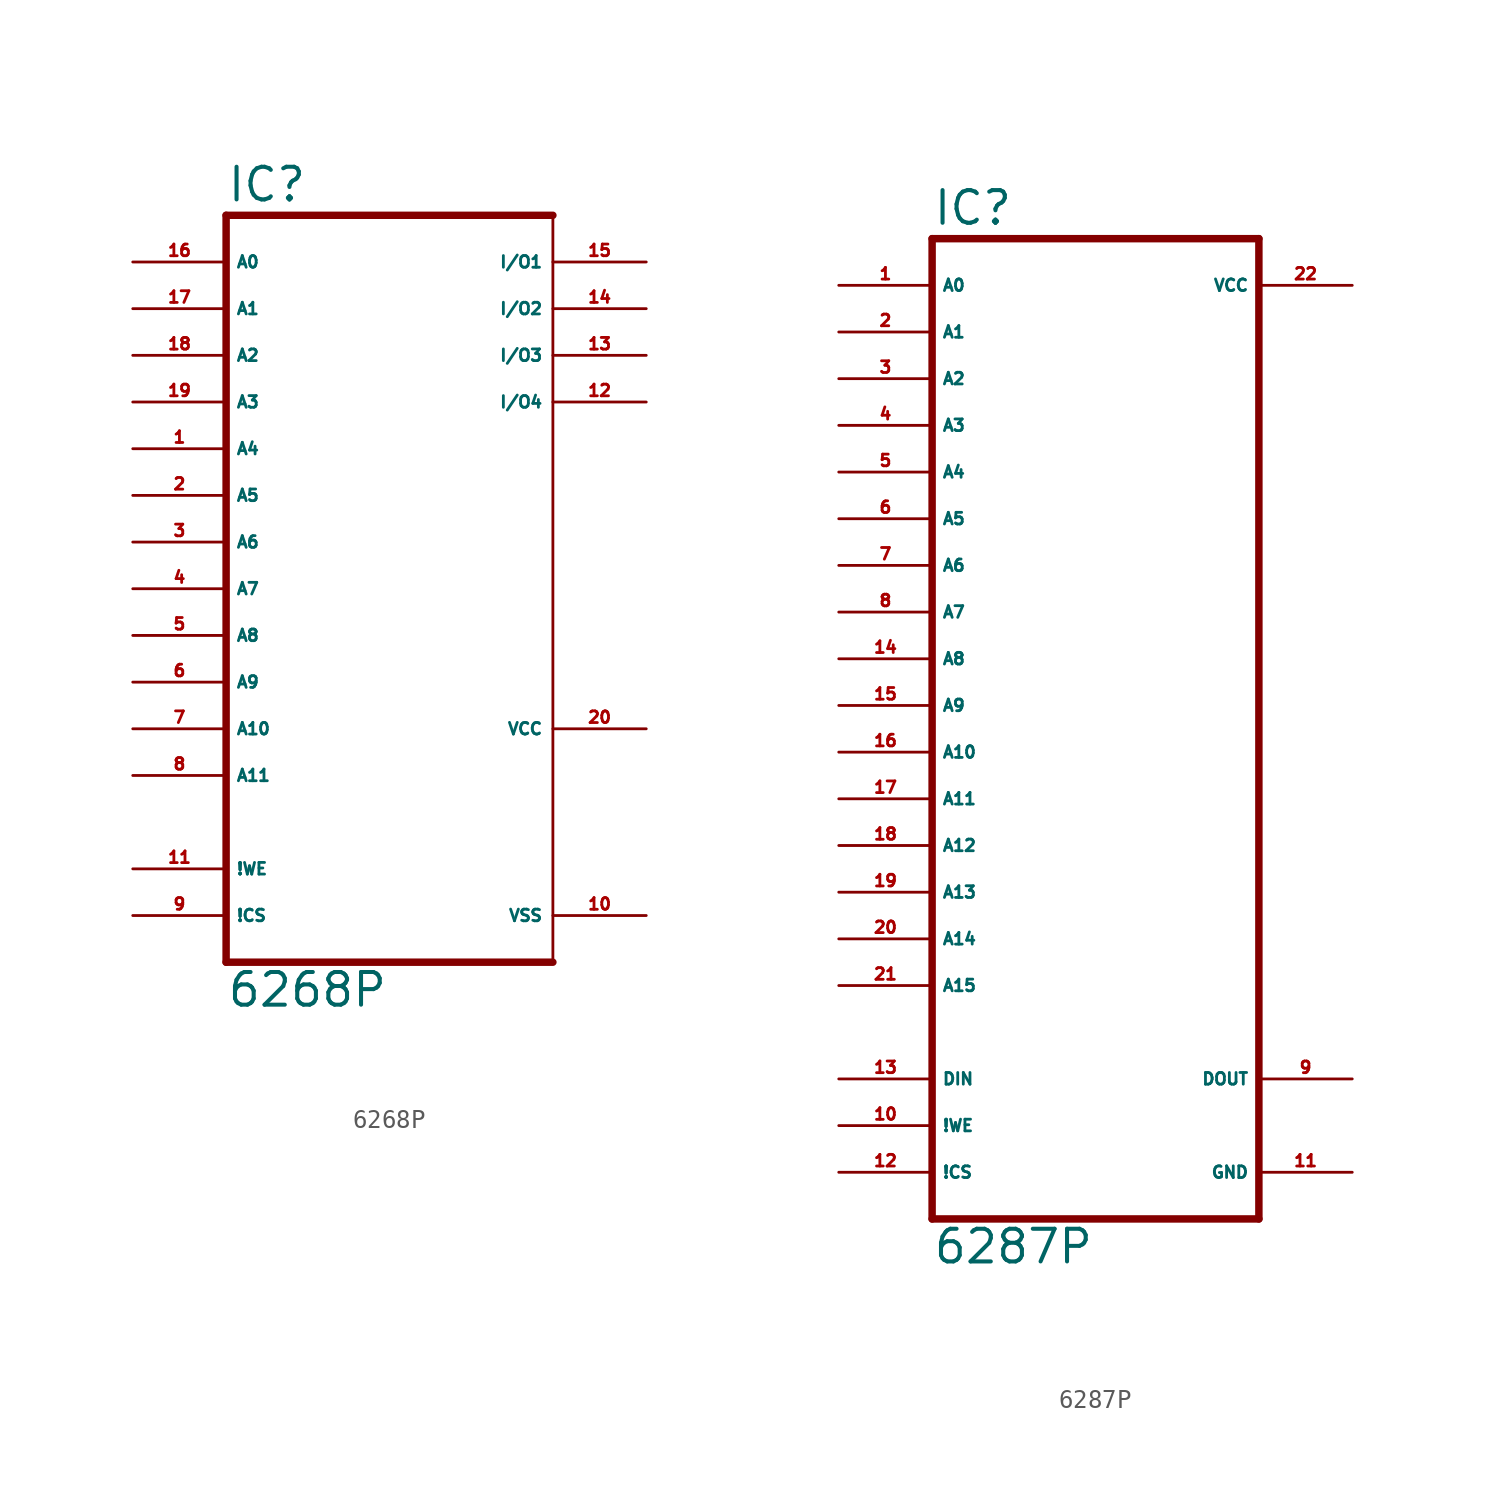
<source format=kicad_sym>
(kicad_symbol_lib
  (version 20220914)
  (generator Eagle2Kicad)
  (symbol "6268P"
    (property "Reference" "IC"
      (at -10.16 18.415 0)
      (effects (font (size 1.778 1.778) (thickness 0.22)) (justify left bottom)))
    (property "Value" "6268P"
      (at -10.16 -25.4 0)
      (effects (font (size 1.778 1.778) (thickness 0.22)) (justify left bottom)))
    (polyline
      (pts (xy -10.16 -22.86) (xy 7.62 -22.86))
      (stroke (width 0.406) (type default))
      (fill (type none)))
    (polyline
      (pts (xy 7.62 17.78) (xy 7.62 -22.86))
      (stroke (width 0.152) (type default))
      (fill (type none)))
    (polyline
      (pts (xy 7.62 17.78) (xy -10.16 17.78))
      (stroke (width 0.406) (type default))
      (fill (type none)))
    (polyline
      (pts (xy -10.16 -22.86) (xy -10.16 17.78))
      (stroke (width 0.406) (type default))
      (fill (type none)))
    (pin input line
      (at -15.24 15.24 0)
      (length 5.08)
      (name "A0" (effects (font (size 0.635 0.635) (thickness 0.08)) (justify left bottom)))
      (number "16" (effects (font (size 0.635 0.635) (thickness 0.08)) (justify left bottom))))
    (pin input line
      (at -15.24 12.7 0)
      (length 5.08)
      (name "A1" (effects (font (size 0.635 0.635) (thickness 0.08)) (justify left bottom)))
      (number "17" (effects (font (size 0.635 0.635) (thickness 0.08)) (justify left bottom))))
    (pin input line
      (at -15.24 10.16 0)
      (length 5.08)
      (name "A2" (effects (font (size 0.635 0.635) (thickness 0.08)) (justify left bottom)))
      (number "18" (effects (font (size 0.635 0.635) (thickness 0.08)) (justify left bottom))))
    (pin input line
      (at -15.24 7.62 0)
      (length 5.08)
      (name "A3" (effects (font (size 0.635 0.635) (thickness 0.08)) (justify left bottom)))
      (number "19" (effects (font (size 0.635 0.635) (thickness 0.08)) (justify left bottom))))
    (pin input line
      (at -15.24 5.08 0)
      (length 5.08)
      (name "A4" (effects (font (size 0.635 0.635) (thickness 0.08)) (justify left bottom)))
      (number "1" (effects (font (size 0.635 0.635) (thickness 0.08)) (justify left bottom))))
    (pin input line
      (at -15.24 2.54 0)
      (length 5.08)
      (name "A5" (effects (font (size 0.635 0.635) (thickness 0.08)) (justify left bottom)))
      (number "2" (effects (font (size 0.635 0.635) (thickness 0.08)) (justify left bottom))))
    (pin input line
      (at -15.24 0 0)
      (length 5.08)
      (name "A6" (effects (font (size 0.635 0.635) (thickness 0.08)) (justify left bottom)))
      (number "3" (effects (font (size 0.635 0.635) (thickness 0.08)) (justify left bottom))))
    (pin input line
      (at -15.24 -2.54 0)
      (length 5.08)
      (name "A7" (effects (font (size 0.635 0.635) (thickness 0.08)) (justify left bottom)))
      (number "4" (effects (font (size 0.635 0.635) (thickness 0.08)) (justify left bottom))))
    (pin input line
      (at -15.24 -5.08 0)
      (length 5.08)
      (name "A8" (effects (font (size 0.635 0.635) (thickness 0.08)) (justify left bottom)))
      (number "5" (effects (font (size 0.635 0.635) (thickness 0.08)) (justify left bottom))))
    (pin input line
      (at -15.24 -7.62 0)
      (length 5.08)
      (name "A9" (effects (font (size 0.635 0.635) (thickness 0.08)) (justify left bottom)))
      (number "6" (effects (font (size 0.635 0.635) (thickness 0.08)) (justify left bottom))))
    (pin input line
      (at -15.24 -10.16 0)
      (length 5.08)
      (name "A10" (effects (font (size 0.635 0.635) (thickness 0.08)) (justify left bottom)))
      (number "7" (effects (font (size 0.635 0.635) (thickness 0.08)) (justify left bottom))))
    (pin input line
      (at -15.24 -12.7 0)
      (length 5.08)
      (name "A11" (effects (font (size 0.635 0.635) (thickness 0.08)) (justify left bottom)))
      (number "8" (effects (font (size 0.635 0.635) (thickness 0.08)) (justify left bottom))))
    (pin input line
      (at -15.24 -17.78 0)
      (length 5.08)
      (name "!WE" (effects (font (size 0.635 0.635) (thickness 0.08)) (justify left bottom)))
      (number "11" (effects (font (size 0.635 0.635) (thickness 0.08)) (justify left bottom))))
    (pin input line
      (at -15.24 -20.32 0)
      (length 5.08)
      (name "!CS" (effects (font (size 0.635 0.635) (thickness 0.08)) (justify left bottom)))
      (number "9" (effects (font (size 0.635 0.635) (thickness 0.08)) (justify left bottom))))
    (pin bidirectional line
      (at 12.7 15.24 180)
      (length 5.08)
      (name "I/O1" (effects (font (size 0.635 0.635) (thickness 0.08)) (justify left bottom)))
      (number "15" (effects (font (size 0.635 0.635) (thickness 0.08)) (justify left bottom))))
    (pin bidirectional line
      (at 12.7 12.7 180)
      (length 5.08)
      (name "I/O2" (effects (font (size 0.635 0.635) (thickness 0.08)) (justify left bottom)))
      (number "14" (effects (font (size 0.635 0.635) (thickness 0.08)) (justify left bottom))))
    (pin bidirectional line
      (at 12.7 10.16 180)
      (length 5.08)
      (name "I/O3" (effects (font (size 0.635 0.635) (thickness 0.08)) (justify left bottom)))
      (number "13" (effects (font (size 0.635 0.635) (thickness 0.08)) (justify left bottom))))
    (pin bidirectional line
      (at 12.7 7.62 180)
      (length 5.08)
      (name "I/O4" (effects (font (size 0.635 0.635) (thickness 0.08)) (justify left bottom)))
      (number "12" (effects (font (size 0.635 0.635) (thickness 0.08)) (justify left bottom))))
    (pin unspecified line
      (at 12.7 -20.32 180)
      (length 5.08)
      (name "VSS" (effects (font (size 0.635 0.635) (thickness 0.08)) (justify left bottom)))
      (number "10" (effects (font (size 0.635 0.635) (thickness 0.08)) (justify left bottom))))
    (pin unspecified line
      (at 12.7 -10.16 180)
      (length 5.08)
      (name "VCC" (effects (font (size 0.635 0.635) (thickness 0.08)) (justify left bottom)))
      (number "20" (effects (font (size 0.635 0.635) (thickness 0.08)) (justify left bottom)))))
  (symbol "6287P"
    (property "Reference" "IC"
      (at -10.16 26.035 0)
      (effects (font (size 1.778 1.778) (thickness 0.22)) (justify left bottom)))
    (property "Value" "6287P"
      (at -10.16 -30.48 0)
      (effects (font (size 1.778 1.778) (thickness 0.22)) (justify left bottom)))
    (polyline
      (pts (xy -10.16 -27.94) (xy 7.62 -27.94))
      (stroke (width 0.406) (type default))
      (fill (type none)))
    (polyline
      (pts (xy 7.62 25.4) (xy 7.62 -27.94))
      (stroke (width 0.406) (type default))
      (fill (type none)))
    (polyline
      (pts (xy 7.62 25.4) (xy -10.16 25.4))
      (stroke (width 0.406) (type default))
      (fill (type none)))
    (polyline
      (pts (xy -10.16 -27.94) (xy -10.16 25.4))
      (stroke (width 0.406) (type default))
      (fill (type none)))
    (pin input line
      (at -15.24 22.86 0)
      (length 5.08)
      (name "A0" (effects (font (size 0.635 0.635) (thickness 0.08)) (justify left bottom)))
      (number "1" (effects (font (size 0.635 0.635) (thickness 0.08)) (justify left bottom))))
    (pin input line
      (at -15.24 20.32 0)
      (length 5.08)
      (name "A1" (effects (font (size 0.635 0.635) (thickness 0.08)) (justify left bottom)))
      (number "2" (effects (font (size 0.635 0.635) (thickness 0.08)) (justify left bottom))))
    (pin input line
      (at -15.24 17.78 0)
      (length 5.08)
      (name "A2" (effects (font (size 0.635 0.635) (thickness 0.08)) (justify left bottom)))
      (number "3" (effects (font (size 0.635 0.635) (thickness 0.08)) (justify left bottom))))
    (pin input line
      (at -15.24 15.24 0)
      (length 5.08)
      (name "A3" (effects (font (size 0.635 0.635) (thickness 0.08)) (justify left bottom)))
      (number "4" (effects (font (size 0.635 0.635) (thickness 0.08)) (justify left bottom))))
    (pin input line
      (at -15.24 12.7 0)
      (length 5.08)
      (name "A4" (effects (font (size 0.635 0.635) (thickness 0.08)) (justify left bottom)))
      (number "5" (effects (font (size 0.635 0.635) (thickness 0.08)) (justify left bottom))))
    (pin input line
      (at -15.24 10.16 0)
      (length 5.08)
      (name "A5" (effects (font (size 0.635 0.635) (thickness 0.08)) (justify left bottom)))
      (number "6" (effects (font (size 0.635 0.635) (thickness 0.08)) (justify left bottom))))
    (pin input line
      (at -15.24 7.62 0)
      (length 5.08)
      (name "A6" (effects (font (size 0.635 0.635) (thickness 0.08)) (justify left bottom)))
      (number "7" (effects (font (size 0.635 0.635) (thickness 0.08)) (justify left bottom))))
    (pin input line
      (at -15.24 5.08 0)
      (length 5.08)
      (name "A7" (effects (font (size 0.635 0.635) (thickness 0.08)) (justify left bottom)))
      (number "8" (effects (font (size 0.635 0.635) (thickness 0.08)) (justify left bottom))))
    (pin input line
      (at -15.24 2.54 0)
      (length 5.08)
      (name "A8" (effects (font (size 0.635 0.635) (thickness 0.08)) (justify left bottom)))
      (number "14" (effects (font (size 0.635 0.635) (thickness 0.08)) (justify left bottom))))
    (pin input line
      (at -15.24 0 0)
      (length 5.08)
      (name "A9" (effects (font (size 0.635 0.635) (thickness 0.08)) (justify left bottom)))
      (number "15" (effects (font (size 0.635 0.635) (thickness 0.08)) (justify left bottom))))
    (pin input line
      (at -15.24 -2.54 0)
      (length 5.08)
      (name "A10" (effects (font (size 0.635 0.635) (thickness 0.08)) (justify left bottom)))
      (number "16" (effects (font (size 0.635 0.635) (thickness 0.08)) (justify left bottom))))
    (pin input line
      (at -15.24 -5.08 0)
      (length 5.08)
      (name "A11" (effects (font (size 0.635 0.635) (thickness 0.08)) (justify left bottom)))
      (number "17" (effects (font (size 0.635 0.635) (thickness 0.08)) (justify left bottom))))
    (pin input line
      (at -15.24 -7.62 0)
      (length 5.08)
      (name "A12" (effects (font (size 0.635 0.635) (thickness 0.08)) (justify left bottom)))
      (number "18" (effects (font (size 0.635 0.635) (thickness 0.08)) (justify left bottom))))
    (pin input line
      (at -15.24 -10.16 0)
      (length 5.08)
      (name "A13" (effects (font (size 0.635 0.635) (thickness 0.08)) (justify left bottom)))
      (number "19" (effects (font (size 0.635 0.635) (thickness 0.08)) (justify left bottom))))
    (pin input line
      (at -15.24 -12.7 0)
      (length 5.08)
      (name "A14" (effects (font (size 0.635 0.635) (thickness 0.08)) (justify left bottom)))
      (number "20" (effects (font (size 0.635 0.635) (thickness 0.08)) (justify left bottom))))
    (pin input line
      (at -15.24 -15.24 0)
      (length 5.08)
      (name "A15" (effects (font (size 0.635 0.635) (thickness 0.08)) (justify left bottom)))
      (number "21" (effects (font (size 0.635 0.635) (thickness 0.08)) (justify left bottom))))
    (pin input line
      (at -15.24 -22.86 0)
      (length 5.08)
      (name "!WE" (effects (font (size 0.635 0.635) (thickness 0.08)) (justify left bottom)))
      (number "10" (effects (font (size 0.635 0.635) (thickness 0.08)) (justify left bottom))))
    (pin input line
      (at -15.24 -25.4 0)
      (length 5.08)
      (name "!CS" (effects (font (size 0.635 0.635) (thickness 0.08)) (justify left bottom)))
      (number "12" (effects (font (size 0.635 0.635) (thickness 0.08)) (justify left bottom))))
    (pin input line
      (at -15.24 -20.32 0)
      (length 5.08)
      (name "DIN" (effects (font (size 0.635 0.635) (thickness 0.08)) (justify left bottom)))
      (number "13" (effects (font (size 0.635 0.635) (thickness 0.08)) (justify left bottom))))
    (pin tri_state line
      (at 12.7 -20.32 180)
      (length 5.08)
      (name "DOUT" (effects (font (size 0.635 0.635) (thickness 0.08)) (justify left bottom)))
      (number "9" (effects (font (size 0.635 0.635) (thickness 0.08)) (justify left bottom))))
    (pin unspecified line
      (at 12.7 -25.4 180)
      (length 5.08)
      (name "GND" (effects (font (size 0.635 0.635) (thickness 0.08)) (justify left bottom)))
      (number "11" (effects (font (size 0.635 0.635) (thickness 0.08)) (justify left bottom))))
    (pin unspecified line
      (at 12.7 22.86 180)
      (length 5.08)
      (name "VCC" (effects (font (size 0.635 0.635) (thickness 0.08)) (justify left bottom)))
      (number "22" (effects (font (size 0.635 0.635) (thickness 0.08)) (justify left bottom))))))
</source>
